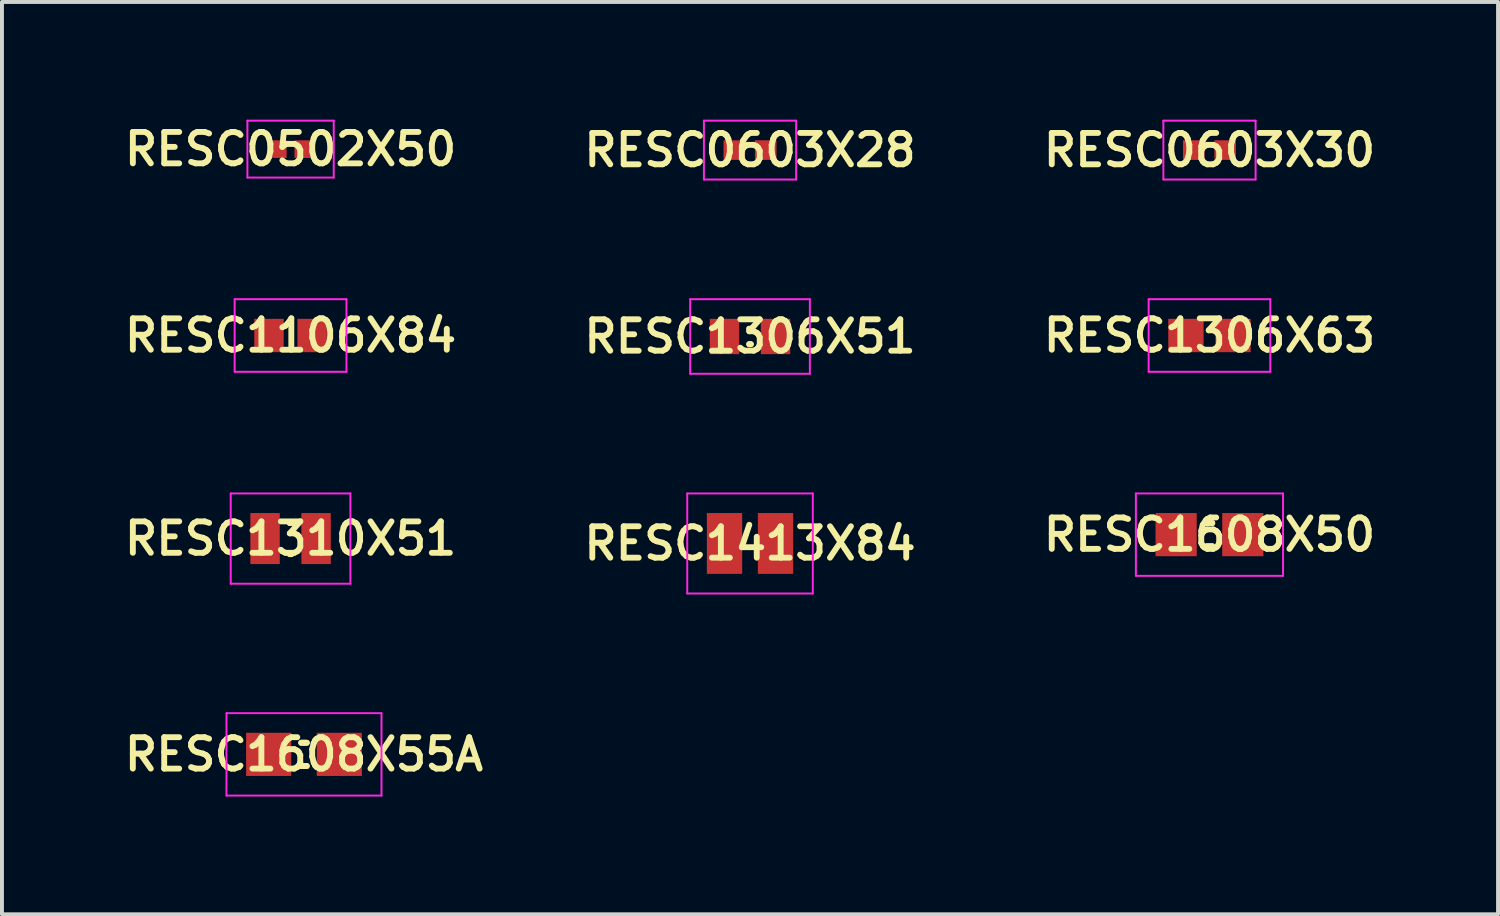
<source format=kicad_pcb>
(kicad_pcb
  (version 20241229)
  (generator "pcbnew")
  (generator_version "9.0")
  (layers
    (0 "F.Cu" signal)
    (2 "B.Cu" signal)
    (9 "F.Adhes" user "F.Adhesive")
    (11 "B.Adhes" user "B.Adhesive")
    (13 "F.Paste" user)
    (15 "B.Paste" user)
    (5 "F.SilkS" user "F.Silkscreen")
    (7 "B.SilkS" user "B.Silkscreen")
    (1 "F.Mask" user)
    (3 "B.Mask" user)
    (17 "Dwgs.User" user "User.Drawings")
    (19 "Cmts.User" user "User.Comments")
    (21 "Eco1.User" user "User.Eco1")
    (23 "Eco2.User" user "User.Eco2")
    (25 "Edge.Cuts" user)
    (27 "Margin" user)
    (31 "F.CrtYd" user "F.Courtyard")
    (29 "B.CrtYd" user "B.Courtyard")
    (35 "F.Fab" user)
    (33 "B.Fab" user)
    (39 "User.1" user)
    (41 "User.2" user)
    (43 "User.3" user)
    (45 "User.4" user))
  (footprint "RESC1106X84"
    (layer "F.Cu")
    (at 4.355 5.5)
    (property "Reference" "RESC1106X84" (at 0 0 0) (layer "F.SilkS") (effects (font (size 0.8 0.8) (thickness 0.15))))
    (attr smd)
    (fp_line (start -1.425 -0.925) (end 1.425 -0.925) (stroke (width 0.05) (type solid)) (layer "F.CrtYd"))
    (fp_line (start -1.425 0.925) (end -1.425 -0.925) (stroke (width 0.05) (type solid)) (layer "F.CrtYd"))
    (fp_line (start 1.425 -0.925) (end 1.425 0.925) (stroke (width 0.05) (type solid)) (layer "F.CrtYd"))
    (fp_line (start 1.425 0.925) (end -1.425 0.925) (stroke (width 0.05) (type solid)) (layer "F.CrtYd"))
    (pad "1" smd rect (at -0.55 0) (size 0.75 0.85) (layers "F.Cu" "F.Mask" "F.Paste"))
    (pad "2" smd rect (at 0.55 0) (size 0.75 0.85) (layers "F.Cu" "F.Mask" "F.Paste")))
  (footprint "RESC1306X51"
    (layer "F.Cu")
    (at 16.064 5.525)
    (property "Reference" "RESC1306X51" (at 0 0 0) (layer "F.SilkS") (effects (font (size 0.8 0.8) (thickness 0.15))))
    (attr smd)
    (fp_line (start -0.021 -0.196) (end 0.021 -0.196) (stroke (width 0.15) (type solid)) (layer "F.SilkS"))
    (fp_line (start -0.021 0.196) (end 0.021 0.196) (stroke (width 0.15) (type solid)) (layer "F.SilkS"))
    (fp_line (start 0.021 -0.196) (end -0.021 -0.196) (stroke (width 0.15) (type solid)) (layer "F.SilkS"))
    (fp_line (start 0.021 0.196) (end -0.021 0.196) (stroke (width 0.15) (type solid)) (layer "F.SilkS"))
    (fp_line (start -1.525 -0.95) (end 1.525 -0.95) (stroke (width 0.05) (type solid)) (layer "F.CrtYd"))
    (fp_line (start -1.525 0.95) (end -1.525 -0.95) (stroke (width 0.05) (type solid)) (layer "F.CrtYd"))
    (fp_line (start 1.525 -0.95) (end 1.525 0.95) (stroke (width 0.05) (type solid)) (layer "F.CrtYd"))
    (fp_line (start 1.525 0.95) (end -1.525 0.95) (stroke (width 0.05) (type solid)) (layer "F.CrtYd"))
    (pad "1" smd rect (at -0.65 0) (size 0.75 0.9) (layers "F.Cu" "F.Mask" "F.Paste"))
    (pad "2" smd rect (at 0.65 0) (size 0.75 0.9) (layers "F.Cu" "F.Mask" "F.Paste")))
  (footprint "RESC0502X50"
    (layer "F.Cu")
    (at 4.355 0.75)
    (property "Reference" "RESC0502X50" (at 0 0 0) (layer "F.SilkS") (effects (font (size 0.8 0.8) (thickness 0.15))))
    (attr smd)
    (fp_line (start -1.1 -0.725) (end 1.1 -0.725) (stroke (width 0.05) (type solid)) (layer "F.CrtYd"))
    (fp_line (start -1.1 0.725) (end -1.1 -0.725) (stroke (width 0.05) (type solid)) (layer "F.CrtYd"))
    (fp_line (start 1.1 -0.725) (end 1.1 0.725) (stroke (width 0.05) (type solid)) (layer "F.CrtYd"))
    (fp_line (start 1.1 0.725) (end -1.1 0.725) (stroke (width 0.05) (type solid)) (layer "F.CrtYd"))
    (pad "1" smd rect (at -0.35 0) (size 0.5 0.45) (layers "F.Cu" "F.Mask" "F.Paste"))
    (pad "2" smd rect (at 0.35 0) (size 0.5 0.45) (layers "F.Cu" "F.Mask" "F.Paste")))
  (footprint "RESC1310X51"
    (layer "F.Cu")
    (at 4.355 10.675)
    (property "Reference" "RESC1310X51" (at 0 0 0) (layer "F.SilkS") (effects (font (size 0.8 0.8) (thickness 0.15))))
    (attr smd)
    (fp_line (start -0.021 -0.396) (end 0.021 -0.396) (stroke (width 0.15) (type solid)) (layer "F.SilkS"))
    (fp_line (start -0.021 0.396) (end 0.021 0.396) (stroke (width 0.15) (type solid)) (layer "F.SilkS"))
    (fp_line (start 0.021 -0.396) (end -0.021 -0.396) (stroke (width 0.15) (type solid)) (layer "F.SilkS"))
    (fp_line (start 0.021 0.396) (end -0.021 0.396) (stroke (width 0.15) (type solid)) (layer "F.SilkS"))
    (fp_line (start -1.525 -1.15) (end 1.525 -1.15) (stroke (width 0.05) (type solid)) (layer "F.CrtYd"))
    (fp_line (start -1.525 1.15) (end -1.525 -1.15) (stroke (width 0.05) (type solid)) (layer "F.CrtYd"))
    (fp_line (start 1.525 -1.15) (end 1.525 1.15) (stroke (width 0.05) (type solid)) (layer "F.CrtYd"))
    (fp_line (start 1.525 1.15) (end -1.525 1.15) (stroke (width 0.05) (type solid)) (layer "F.CrtYd"))
    (pad "1" smd rect (at -0.65 0) (size 0.75 1.3) (layers "F.Cu" "F.Mask" "F.Paste"))
    (pad "2" smd rect (at 0.65 0) (size 0.75 1.3) (layers "F.Cu" "F.Mask" "F.Paste")))
  (footprint "RESC1306X63"
    (layer "F.Cu")
    (at 27.773 5.5)
    (property "Reference" "RESC1306X63" (at 0 0 0) (layer "F.SilkS") (effects (font (size 0.8 0.8) (thickness 0.15))))
    (attr smd)
    (fp_line (start -1.55 -0.925) (end 1.55 -0.925) (stroke (width 0.05) (type solid)) (layer "F.CrtYd"))
    (fp_line (start -1.55 0.925) (end -1.55 -0.925) (stroke (width 0.05) (type solid)) (layer "F.CrtYd"))
    (fp_line (start 1.55 -0.925) (end 1.55 0.925) (stroke (width 0.05) (type solid)) (layer "F.CrtYd"))
    (fp_line (start 1.55 0.925) (end -1.55 0.925) (stroke (width 0.05) (type solid)) (layer "F.CrtYd"))
    (pad "1" smd rect (at -0.6 0) (size 0.9 0.85) (layers "F.Cu" "F.Mask" "F.Paste"))
    (pad "2" smd rect (at 0.6 0) (size 0.9 0.85) (layers "F.Cu" "F.Mask" "F.Paste")))
  (footprint "RESC1413X84"
    (layer "F.Cu")
    (at 16.064 10.8)
    (property "Reference" "RESC1413X84" (at 0 0 0) (layer "F.SilkS") (effects (font (size 0.8 0.8) (thickness 0.15))))
    (attr smd)
    (fp_line (start -1.6 -1.275) (end 1.6 -1.275) (stroke (width 0.05) (type solid)) (layer "F.CrtYd"))
    (fp_line (start -1.6 1.275) (end -1.6 -1.275) (stroke (width 0.05) (type solid)) (layer "F.CrtYd"))
    (fp_line (start 1.6 -1.275) (end 1.6 1.275) (stroke (width 0.05) (type solid)) (layer "F.CrtYd"))
    (fp_line (start 1.6 1.275) (end -1.6 1.275) (stroke (width 0.05) (type solid)) (layer "F.CrtYd"))
    (pad "1" smd rect (at -0.65 0) (size 0.9 1.55) (layers "F.Cu" "F.Mask" "F.Paste"))
    (pad "2" smd rect (at 0.65 0) (size 0.9 1.55) (layers "F.Cu" "F.Mask" "F.Paste")))
  (footprint "RESC1608X55A"
    (layer "F.Cu")
    (at 4.697 16.175)
    (property "Reference" "RESC1608X55A" (at 0 0 0) (layer "F.SilkS") (effects (font (size 0.8 0.8) (thickness 0.15))))
    (attr smd)
    (fp_line (start -0.071 -0.296) (end 0.071 -0.296) (stroke (width 0.15) (type solid)) (layer "F.SilkS"))
    (fp_line (start -0.071 0.296) (end 0.071 0.296) (stroke (width 0.15) (type solid)) (layer "F.SilkS"))
    (fp_line (start 0.071 -0.296) (end -0.071 -0.296) (stroke (width 0.15) (type solid)) (layer "F.SilkS"))
    (fp_line (start 0.071 0.296) (end -0.071 0.296) (stroke (width 0.15) (type solid)) (layer "F.SilkS"))
    (fp_line (start -1.975 -1.05) (end 1.975 -1.05) (stroke (width 0.05) (type solid)) (layer "F.CrtYd"))
    (fp_line (start -1.975 1.05) (end -1.975 -1.05) (stroke (width 0.05) (type solid)) (layer "F.CrtYd"))
    (fp_line (start 1.975 -1.05) (end 1.975 1.05) (stroke (width 0.05) (type solid)) (layer "F.CrtYd"))
    (fp_line (start 1.975 1.05) (end -1.975 1.05) (stroke (width 0.05) (type solid)) (layer "F.CrtYd"))
    (pad "1" smd rect (at -0.9 0) (size 1.15 1.1) (layers "F.Cu" "F.Mask" "F.Paste"))
    (pad "2" smd rect (at 0.9 0) (size 1.15 1.1) (layers "F.Cu" "F.Mask" "F.Paste")))
  (footprint "RESC1608X50"
    (layer "F.Cu")
    (at 27.773 10.575)
    (property "Reference" "RESC1608X50" (at 0 0 0) (layer "F.SilkS") (effects (font (size 0.8 0.8) (thickness 0.15))))
    (attr smd)
    (fp_line (start -0.071 -0.296) (end 0.071 -0.296) (stroke (width 0.15) (type solid)) (layer "F.SilkS"))
    (fp_line (start -0.071 0.296) (end 0.071 0.296) (stroke (width 0.15) (type solid)) (layer "F.SilkS"))
    (fp_line (start 0.071 -0.296) (end -0.071 -0.296) (stroke (width 0.15) (type solid)) (layer "F.SilkS"))
    (fp_line (start 0.071 0.296) (end -0.071 0.296) (stroke (width 0.15) (type solid)) (layer "F.SilkS"))
    (fp_line (start -1.875 -1.05) (end 1.875 -1.05) (stroke (width 0.05) (type solid)) (layer "F.CrtYd"))
    (fp_line (start -1.875 1.05) (end -1.875 -1.05) (stroke (width 0.05) (type solid)) (layer "F.CrtYd"))
    (fp_line (start 1.875 -1.05) (end 1.875 1.05) (stroke (width 0.05) (type solid)) (layer "F.CrtYd"))
    (fp_line (start 1.875 1.05) (end -1.875 1.05) (stroke (width 0.05) (type solid)) (layer "F.CrtYd"))
    (pad "1" smd rect (at -0.85 0) (size 1.05 1.1) (layers "F.Cu" "F.Mask" "F.Paste"))
    (pad "2" smd rect (at 0.85 0) (size 1.05 1.1) (layers "F.Cu" "F.Mask" "F.Paste")))
  (footprint "RESC0603X28"
    (layer "F.Cu")
    (at 16.064 0.775)
    (property "Reference" "RESC0603X28" (at 0 0 0) (layer "F.SilkS") (effects (font (size 0.8 0.8) (thickness 0.15))))
    (attr smd)
    (fp_line (start -1.175 -0.75) (end 1.175 -0.75) (stroke (width 0.05) (type solid)) (layer "F.CrtYd"))
    (fp_line (start -1.175 0.75) (end -1.175 -0.75) (stroke (width 0.05) (type solid)) (layer "F.CrtYd"))
    (fp_line (start 1.175 -0.75) (end 1.175 0.75) (stroke (width 0.05) (type solid)) (layer "F.CrtYd"))
    (fp_line (start 1.175 0.75) (end -1.175 0.75) (stroke (width 0.05) (type solid)) (layer "F.CrtYd"))
    (pad "1" smd rect (at -0.4 0) (size 0.55 0.5) (layers "F.Cu" "F.Mask" "F.Paste"))
    (pad "2" smd rect (at 0.4 0) (size 0.55 0.5) (layers "F.Cu" "F.Mask" "F.Paste")))
  (footprint "RESC0603X30"
    (layer "F.Cu")
    (at 27.773 0.775)
    (property "Reference" "RESC0603X30" (at 0 0 0) (layer "F.SilkS") (effects (font (size 0.8 0.8) (thickness 0.15))))
    (attr smd)
    (fp_line (start -1.175 -0.75) (end 1.175 -0.75) (stroke (width 0.05) (type solid)) (layer "F.CrtYd"))
    (fp_line (start -1.175 0.75) (end -1.175 -0.75) (stroke (width 0.05) (type solid)) (layer "F.CrtYd"))
    (fp_line (start 1.175 -0.75) (end 1.175 0.75) (stroke (width 0.05) (type solid)) (layer "F.CrtYd"))
    (fp_line (start 1.175 0.75) (end -1.175 0.75) (stroke (width 0.05) (type solid)) (layer "F.CrtYd"))
    (pad "1" smd rect (at -0.4 0) (size 0.55 0.5) (layers "F.Cu" "F.Mask" "F.Paste"))
    (pad "2" smd rect (at 0.4 0) (size 0.55 0.5) (layers "F.Cu" "F.Mask" "F.Paste")))
  (gr_rect
    (start -3 -3)
    (end 35.127 20.25)
    (stroke (width 0.1) (type default))
    (fill no)
    (layer "Edge.Cuts")))
</source>
